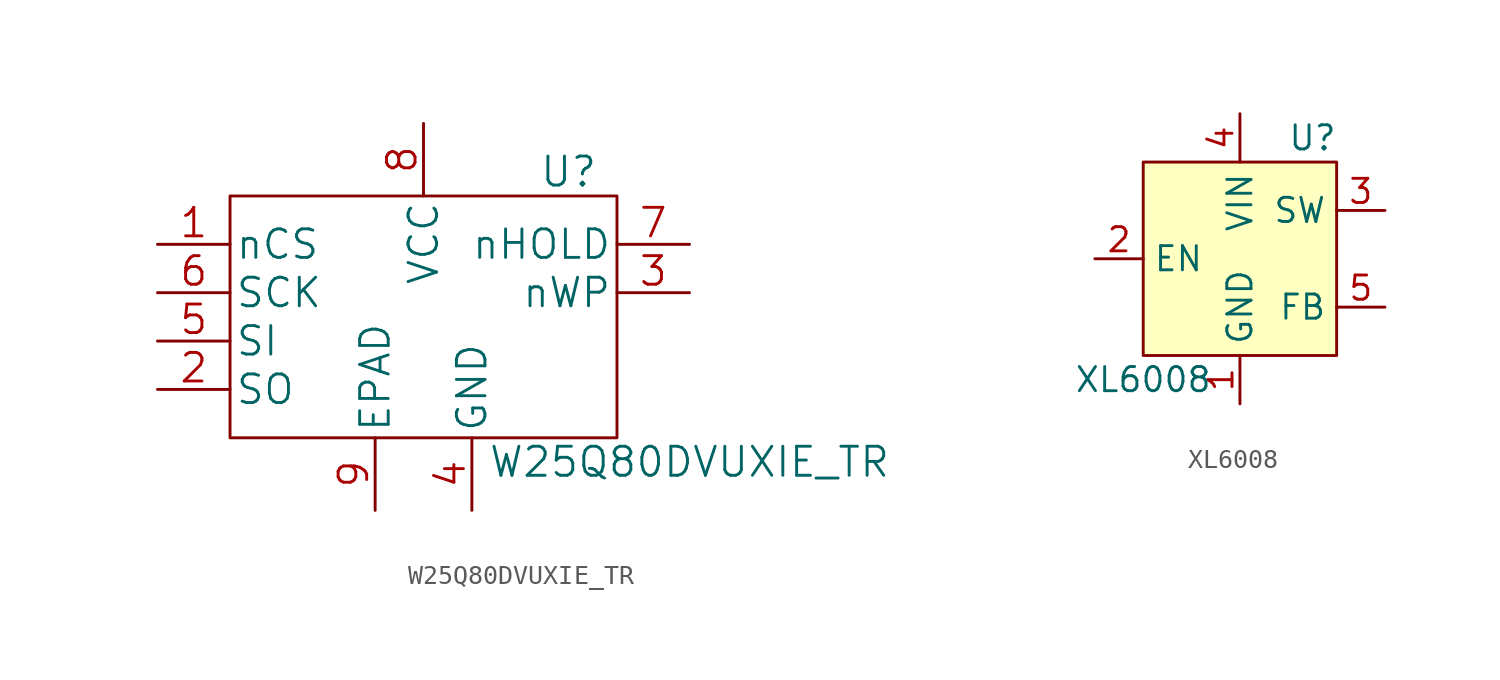
<source format=kicad_sym>
(kicad_symbol_lib
  (version 20231120)
  (generator "kicad_symbol_editor")
  (generator_version "8.0")
  (symbol "W25Q80DVUXIE_TR"
    (pin_names
      (offset 0.254))
    (property "Reference" "U"
      (at 7.62 7.62 0)
      (effects (font (size 1.524 1.524))))
    (property "Value" "W25Q80DVUXIE_TR"
      (at 13.97 -7.62 0)
      (effects (font (size 1.524 1.524))))
    (symbol "W25Q80DVUXIE_TR_1_1"
      (rectangle (start -10.16 6.35) (end 10.16 -6.35) (stroke (width 0) (type default)) (fill (type none)))
      (pin input line (at -13.97 3.81 0) (length 3.81) (name "nCS" (effects (font (size 1.499 1.499)))) (number "1" (effects (font (size 1.499 1.499)))))
      (pin output line (at -13.97 -3.81 0) (length 3.81) (name "SO" (effects (font (size 1.499 1.499)))) (number "2" (effects (font (size 1.499 1.499)))))
      (pin input line (at 13.97 1.27 180) (length 3.81) (name "nWP" (effects (font (size 1.499 1.499)))) (number "3" (effects (font (size 1.499 1.499)))))
      (pin power_in line (at 2.54 -10.16 90) (length 3.81) (name "GND" (effects (font (size 1.499 1.499)))) (number "4" (effects (font (size 1.499 1.499)))))
      (pin input line (at -13.97 -1.27 0) (length 3.81) (name "SI" (effects (font (size 1.499 1.499)))) (number "5" (effects (font (size 1.499 1.499)))))
      (pin input line (at -13.97 1.27 0) (length 3.81) (name "SCK" (effects (font (size 1.499 1.499)))) (number "6" (effects (font (size 1.499 1.499)))))
      (pin input line (at 13.97 3.81 180) (length 3.81) (name "nHOLD" (effects (font (size 1.499 1.499)))) (number "7" (effects (font (size 1.499 1.499)))))
      (pin power_in line (at 0 10.16 270) (length 3.81) (name "VCC" (effects (font (size 1.499 1.499)))) (number "8" (effects (font (size 1.499 1.499)))))
      (pin power_in line (at -2.54 -10.16 90) (length 3.81) (name "EPAD" (effects (font (size 1.499 1.499)))) (number "9" (effects (font (size 1.499 1.499)))))))
  (symbol "XL6008"
    (property "Reference" "U"
      (at 3.81 6.35 0)
      (effects (font (size 1.27 1.27))))
    (property "Value" "XL6008"
      (at -5.08 -6.35 0)
      (effects (font (size 1.27 1.27))))
    (symbol "XL6008_0_0"
      (pin unspecified line (at 0 -7.62 90) (length 2.54) (name "GND" (effects (font (size 1.27 1.27)))) (number "1" (effects (font (size 1.27 1.27)))))
      (pin unspecified line (at -7.62 0 0) (length 2.54) (name "EN" (effects (font (size 1.27 1.27)))) (number "2" (effects (font (size 1.27 1.27)))))
      (pin unspecified line (at 7.62 2.54 180) (length 2.54) (name "SW" (effects (font (size 1.27 1.27)))) (number "3" (effects (font (size 1.27 1.27)))))
      (pin unspecified line (at 0 7.62 270) (length 2.54) (name "VIN" (effects (font (size 1.27 1.27)))) (number "4" (effects (font (size 1.27 1.27)))))
      (pin unspecified line (at 7.62 -2.54 180) (length 2.54) (name "FB" (effects (font (size 1.27 1.27)))) (number "5" (effects (font (size 1.27 1.27))))))
    (symbol "XL6008_0_1"
      (rectangle (start -5.08 5.08) (end 5.08 -5.08) (stroke (width 0) (type default)) (fill (type background))))))
</source>
